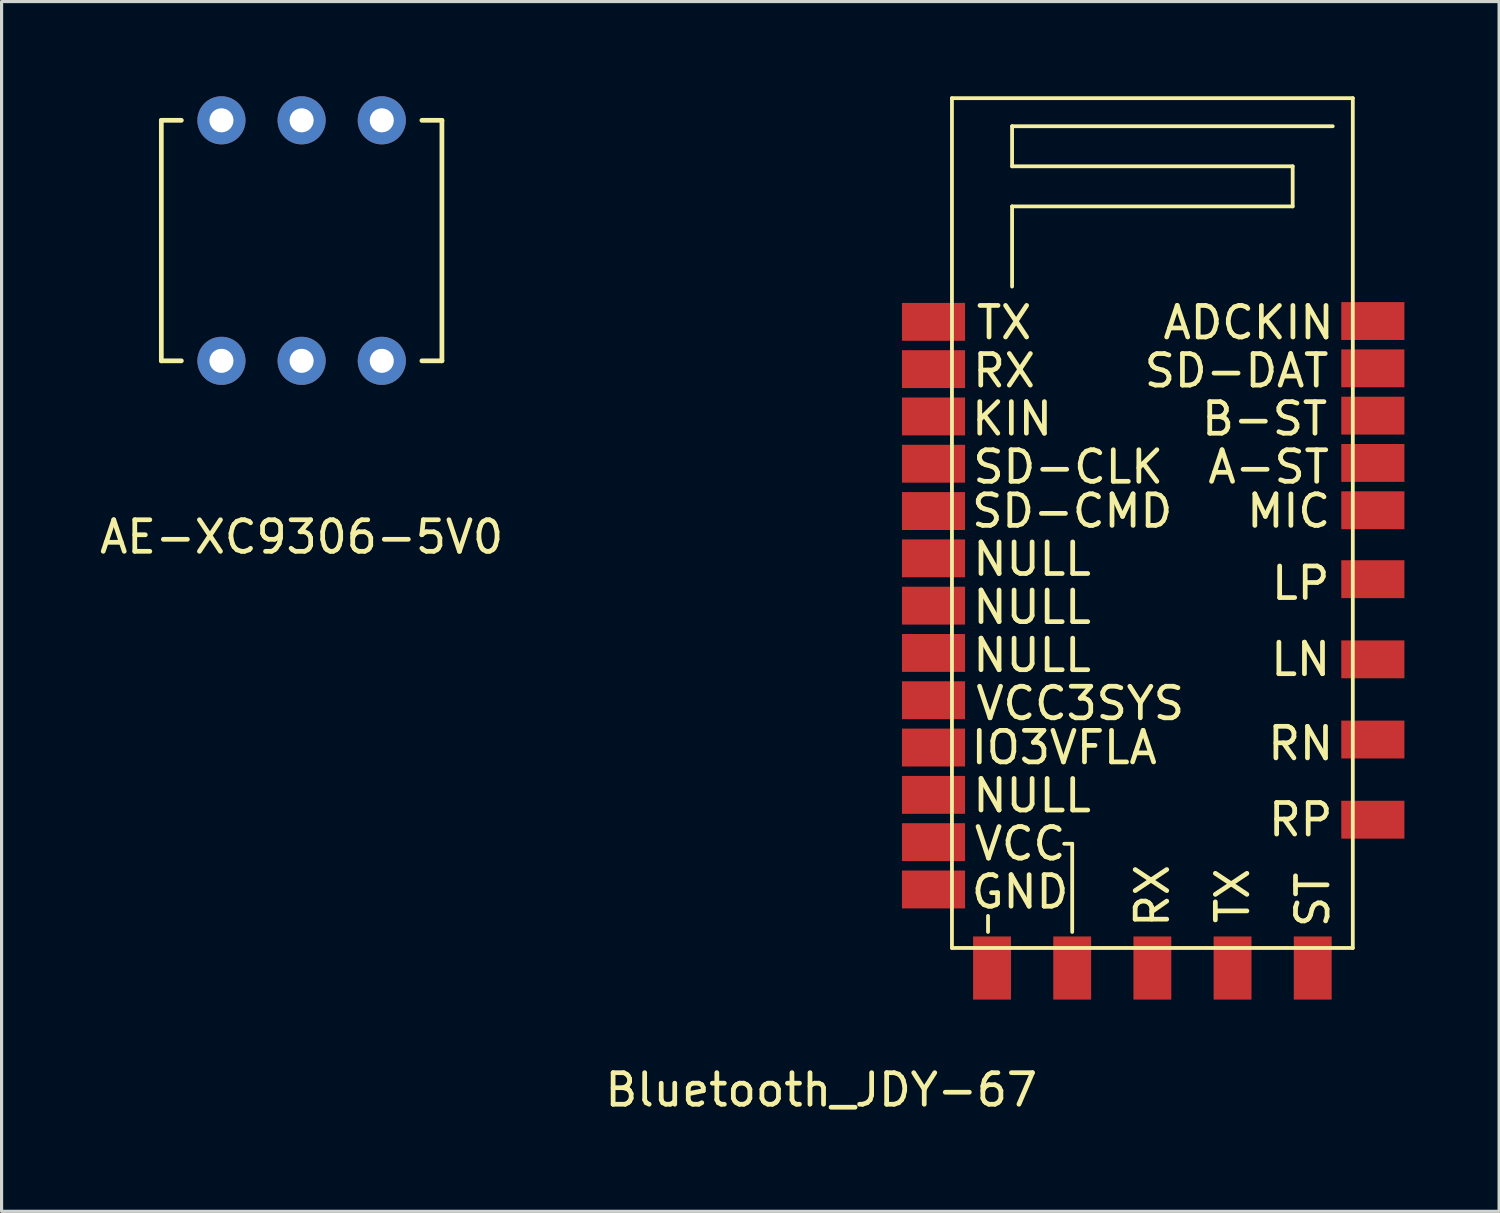
<source format=kicad_pcb>
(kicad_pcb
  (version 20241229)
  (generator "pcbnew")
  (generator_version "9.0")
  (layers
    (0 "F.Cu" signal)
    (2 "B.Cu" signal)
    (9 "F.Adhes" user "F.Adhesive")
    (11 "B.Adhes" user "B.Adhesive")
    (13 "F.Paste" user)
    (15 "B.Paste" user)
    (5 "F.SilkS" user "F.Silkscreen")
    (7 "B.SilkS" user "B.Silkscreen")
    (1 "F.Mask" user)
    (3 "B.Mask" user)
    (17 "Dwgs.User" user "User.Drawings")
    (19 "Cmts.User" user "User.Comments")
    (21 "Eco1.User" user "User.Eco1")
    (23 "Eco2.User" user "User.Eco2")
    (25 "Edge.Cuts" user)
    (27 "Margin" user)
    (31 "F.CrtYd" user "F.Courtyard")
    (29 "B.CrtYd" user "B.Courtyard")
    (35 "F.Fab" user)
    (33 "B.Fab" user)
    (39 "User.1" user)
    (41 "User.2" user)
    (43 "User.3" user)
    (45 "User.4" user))
  (footprint "Bluetooth_JDY-67"
    (layer "F.Cu")
    (at 33.46 26.984)
    (property "Reference" "Bluetooth_JDY-67" (at -10.49 4.496 0) (layer "F.SilkS") (effects (font (size 1 1) (thickness 0.15))))
    (attr through_hole)
    (fp_line (start -6.35 0) (end -6.35 -26.924) (stroke (width 0.12) (type solid)) (layer "F.SilkS"))
    (fp_line (start -6.35 0) (end 6.35 0) (stroke (width 0.12) (type solid)) (layer "F.SilkS"))
    (fp_line (start -5.207 -1.016) (end -5.207 -0.508) (stroke (width 0.12) (type solid)) (layer "F.SilkS"))
    (fp_line (start -4.445 -26.035) (end -4.445 -24.765) (stroke (width 0.12) (type solid)) (layer "F.SilkS"))
    (fp_line (start -4.445 -24.765) (end 4.445 -24.765) (stroke (width 0.12) (type solid)) (layer "F.SilkS"))
    (fp_line (start -4.445 -23.495) (end -4.445 -20.955) (stroke (width 0.12) (type solid)) (layer "F.SilkS"))
    (fp_line (start -2.54 -3.302) (end -2.794 -3.302) (stroke (width 0.12) (type solid)) (layer "F.SilkS"))
    (fp_line (start -2.54 -0.508) (end -2.54 -3.302) (stroke (width 0.12) (type solid)) (layer "F.SilkS"))
    (fp_line (start 4.445 -24.765) (end 4.445 -23.495) (stroke (width 0.12) (type solid)) (layer "F.SilkS"))
    (fp_line (start 4.445 -23.495) (end -4.445 -23.495) (stroke (width 0.12) (type solid)) (layer "F.SilkS"))
    (fp_line (start 5.715 -26.035) (end -4.445 -26.035) (stroke (width 0.12) (type solid)) (layer "F.SilkS"))
    (fp_line (start 6.35 -26.924) (end -6.35 -26.924) (stroke (width 0.12) (type solid)) (layer "F.SilkS"))
    (fp_line (start 6.35 0) (end 6.35 -26.924) (stroke (width 0.12) (type solid)) (layer "F.SilkS"))
    (fp_text user "NULL" (at -3.81 -9.271 0) (layer "F.SilkS") (effects (font (size 1 1) (thickness 0.15))))
    (fp_text user "LP" (at 4.699 -11.557 0) (layer "F.SilkS") (effects (font (size 1 1) (thickness 0.15))))
    (fp_text user "RX" (at -4.699 -18.288 0) (layer "F.SilkS") (effects (font (size 1 1) (thickness 0.15))))
    (fp_text user "NULL" (at -3.81 -12.319 0) (layer "F.SilkS") (effects (font (size 1 1) (thickness 0.15))))
    (fp_text user "TX" (at 2.54 -1.651 90) (layer "F.SilkS") (effects (font (size 1 1) (thickness 0.15))))
    (fp_text user "SD-CLK" (at -2.667 -15.24 0) (layer "F.SilkS") (effects (font (size 1 1) (thickness 0.15))))
    (fp_text user "ST" (at 5.08 -1.524 90) (layer "F.SilkS") (effects (font (size 1 1) (thickness 0.15))))
    (fp_text user "KIN" (at -4.445 -16.764 0) (layer "F.SilkS") (effects (font (size 1 1) (thickness 0.15))))
    (fp_text user "VCC" (at -4.191 -3.302 0) (layer "F.SilkS") (effects (font (size 1 1) (thickness 0.15))))
    (fp_text user "A-ST" (at 3.683 -15.24 0) (layer "F.SilkS") (effects (font (size 1 1) (thickness 0.15))))
    (fp_text user "SD-CMD" (at -2.54 -13.843 0) (layer "F.SilkS") (effects (font (size 1 1) (thickness 0.15))))
    (fp_text user "RN" (at 4.699 -6.477 0) (layer "F.SilkS") (effects (font (size 1 1) (thickness 0.15))))
    (fp_text user "RX" (at 0 -1.651 90) (layer "F.SilkS") (effects (font (size 1 1) (thickness 0.15))))
    (fp_text user "B-ST" (at 3.556 -16.764 0) (layer "F.SilkS") (effects (font (size 1 1) (thickness 0.15))))
    (fp_text user "GND" (at -4.191 -1.778 0) (layer "F.SilkS") (effects (font (size 1 1) (thickness 0.15))))
    (fp_text user "NULL" (at -3.81 -10.795 0) (layer "F.SilkS") (effects (font (size 1 1) (thickness 0.15))))
    (fp_text user "LN" (at 4.699 -9.144 0) (layer "F.SilkS") (effects (font (size 1 1) (thickness 0.15))))
    (fp_text user "TX" (at -4.699 -19.812 0) (layer "F.SilkS") (effects (font (size 1 1) (thickness 0.15))))
    (fp_text user "NULL" (at -3.81 -4.826 0) (layer "F.SilkS") (effects (font (size 1 1) (thickness 0.15))))
    (fp_text user "SD-DAT" (at 2.667 -18.288 0) (layer "F.SilkS") (effects (font (size 1 1) (thickness 0.15))))
    (fp_text user "VCC3SYS" (at -2.286 -7.747 0) (layer "F.SilkS") (effects (font (size 1 1) (thickness 0.15))))
    (fp_text user "MIC" (at 4.318 -13.843 0) (layer "F.SilkS") (effects (font (size 1 1) (thickness 0.15))))
    (fp_text user "IO3VFLA" (at -2.794 -6.35 0) (layer "F.SilkS") (effects (font (size 1 1) (thickness 0.15))))
    (fp_text user "ADCKIN" (at 3.048 -19.812 0) (layer "F.SilkS") (effects (font (size 1 1) (thickness 0.15))))
    (fp_text user "RP" (at 4.699 -4.064 0) (layer "F.SilkS") (effects (font (size 1 1) (thickness 0.15))))
    (pad "1" smd rect (at -6.934 -19.837) (size 2 1.2) (layers "F.Cu" "F.Mask" "F.Paste"))
    (pad "2" smd rect (at -6.934 -18.339) (size 2 1.2) (layers "F.Cu" "F.Mask" "F.Paste"))
    (pad "3" smd rect (at -6.934 -16.84) (size 2 1.2) (layers "F.Cu" "F.Mask" "F.Paste"))
    (pad "4" smd rect (at -6.934 -15.342) (size 2 1.2) (layers "F.Cu" "F.Mask" "F.Paste"))
    (pad "5" smd rect (at -6.934 -13.843) (size 2 1.2) (layers "F.Cu" "F.Mask" "F.Paste"))
    (pad "6" smd rect (at -6.934 -12.344) (size 2 1.2) (layers "F.Cu" "F.Mask" "F.Paste"))
    (pad "7" smd rect (at -6.934 -10.846) (size 2 1.2) (layers "F.Cu" "F.Mask" "F.Paste"))
    (pad "8" smd rect (at -6.934 -9.347) (size 2 1.2) (layers "F.Cu" "F.Mask" "F.Paste"))
    (pad "9" smd rect (at -6.934 -7.849) (size 2 1.2) (layers "F.Cu" "F.Mask" "F.Paste"))
    (pad "10" smd rect (at -6.934 -6.35) (size 2 1.2) (layers "F.Cu" "F.Mask" "F.Paste"))
    (pad "11" smd rect (at -6.934 -4.851) (size 2 1.2) (layers "F.Cu" "F.Mask" "F.Paste"))
    (pad "12" smd rect (at -6.934 -3.353) (size 2 1.2) (layers "F.Cu" "F.Mask" "F.Paste"))
    (pad "13" smd rect (at -6.934 -1.854) (size 2 1.2) (layers "F.Cu" "F.Mask" "F.Paste"))
    (pad "14" smd rect (at 6.985 -4.064) (size 2 1.2) (layers "F.Cu" "F.Mask" "F.Paste"))
    (pad "15" smd rect (at 6.985 -6.604) (size 2 1.2) (layers "F.Cu" "F.Mask" "F.Paste"))
    (pad "16" smd rect (at 6.985 -9.144) (size 2 1.2) (layers "F.Cu" "F.Mask" "F.Paste"))
    (pad "17" smd rect (at 6.985 -11.684) (size 2 1.2) (layers "F.Cu" "F.Mask" "F.Paste"))
    (pad "18" smd rect (at 6.985 -13.868) (size 2 1.2) (layers "F.Cu" "F.Mask" "F.Paste"))
    (pad "19" smd rect (at 6.985 -15.367) (size 2 1.2) (layers "F.Cu" "F.Mask" "F.Paste"))
    (pad "20" smd rect (at 6.985 -16.866) (size 2 1.2) (layers "F.Cu" "F.Mask" "F.Paste"))
    (pad "21" smd rect (at 6.985 -18.364) (size 2 1.2) (layers "F.Cu" "F.Mask" "F.Paste"))
    (pad "22" smd rect (at 6.985 -19.863) (size 2 1.2) (layers "F.Cu" "F.Mask" "F.Paste"))
    (pad "23" smd rect (at -5.08 0.635) (size 1.2 2) (layers "F.Cu" "F.Mask" "F.Paste"))
    (pad "24" smd rect (at -2.54 0.635) (size 1.2 2) (layers "F.Cu" "F.Mask" "F.Paste"))
    (pad "25" smd rect (at 0 0.635) (size 1.2 2) (layers "F.Cu" "F.Mask" "F.Paste"))
    (pad "26" smd rect (at 2.54 0.635) (size 1.2 2) (layers "F.Cu" "F.Mask" "F.Paste"))
    (pad "27" smd rect (at 5.08 0.635) (size 1.2 2) (layers "F.Cu" "F.Mask" "F.Paste")))
  (footprint "AE-XC9306-5V0"
    (layer "F.Cu")
    (at 6.506 13.462)
    (property "Reference" "AE-XC9306-5V0" (at 0 0.5 0) (layer "F.SilkS") (effects (font (size 1 1) (thickness 0.15))))
    (attr through_hole)
    (fp_line (start -4.445 -12.7) (end -3.81 -12.7) (stroke (width 0.15) (type solid)) (layer "F.SilkS"))
    (fp_line (start -4.445 -5.08) (end -4.445 -12.7) (stroke (width 0.15) (type solid)) (layer "F.SilkS"))
    (fp_line (start -3.81 -5.08) (end -4.445 -5.08) (stroke (width 0.15) (type solid)) (layer "F.SilkS"))
    (fp_line (start 3.81 -12.7) (end 4.445 -12.7) (stroke (width 0.15) (type solid)) (layer "F.SilkS"))
    (fp_line (start 4.445 -12.7) (end 4.445 -5.08) (stroke (width 0.15) (type solid)) (layer "F.SilkS"))
    (fp_line (start 4.445 -5.08) (end 3.81 -5.08) (stroke (width 0.15) (type solid)) (layer "F.SilkS"))
    (pad "1" thru_hole circle (at -2.54 -5.08) (size 1.524 1.524) (drill 0.762) (layers "*.Cu" "*.Mask"))
    (pad "2" thru_hole circle (at 0 -5.08) (size 1.524 1.524) (drill 0.762) (layers "*.Cu" "*.Mask"))
    (pad "3" thru_hole circle (at 2.54 -5.08) (size 1.524 1.524) (drill 0.762) (layers "*.Cu" "*.Mask"))
    (pad "4" thru_hole circle (at 2.54 -12.7) (size 1.524 1.524) (drill 0.762) (layers "*.Cu" "*.Mask"))
    (pad "5" thru_hole circle (at 0 -12.7) (size 1.524 1.524) (drill 0.762) (layers "*.Cu" "*.Mask"))
    (pad "6" thru_hole circle (at -2.54 -12.7) (size 1.524 1.524) (drill 0.762) (layers "*.Cu" "*.Mask")))
  (gr_rect
    (start -3 -3)
    (end 44.445 35.328)
    (stroke (width 0.1) (type default))
    (fill no)
    (layer "Edge.Cuts")))
</source>
